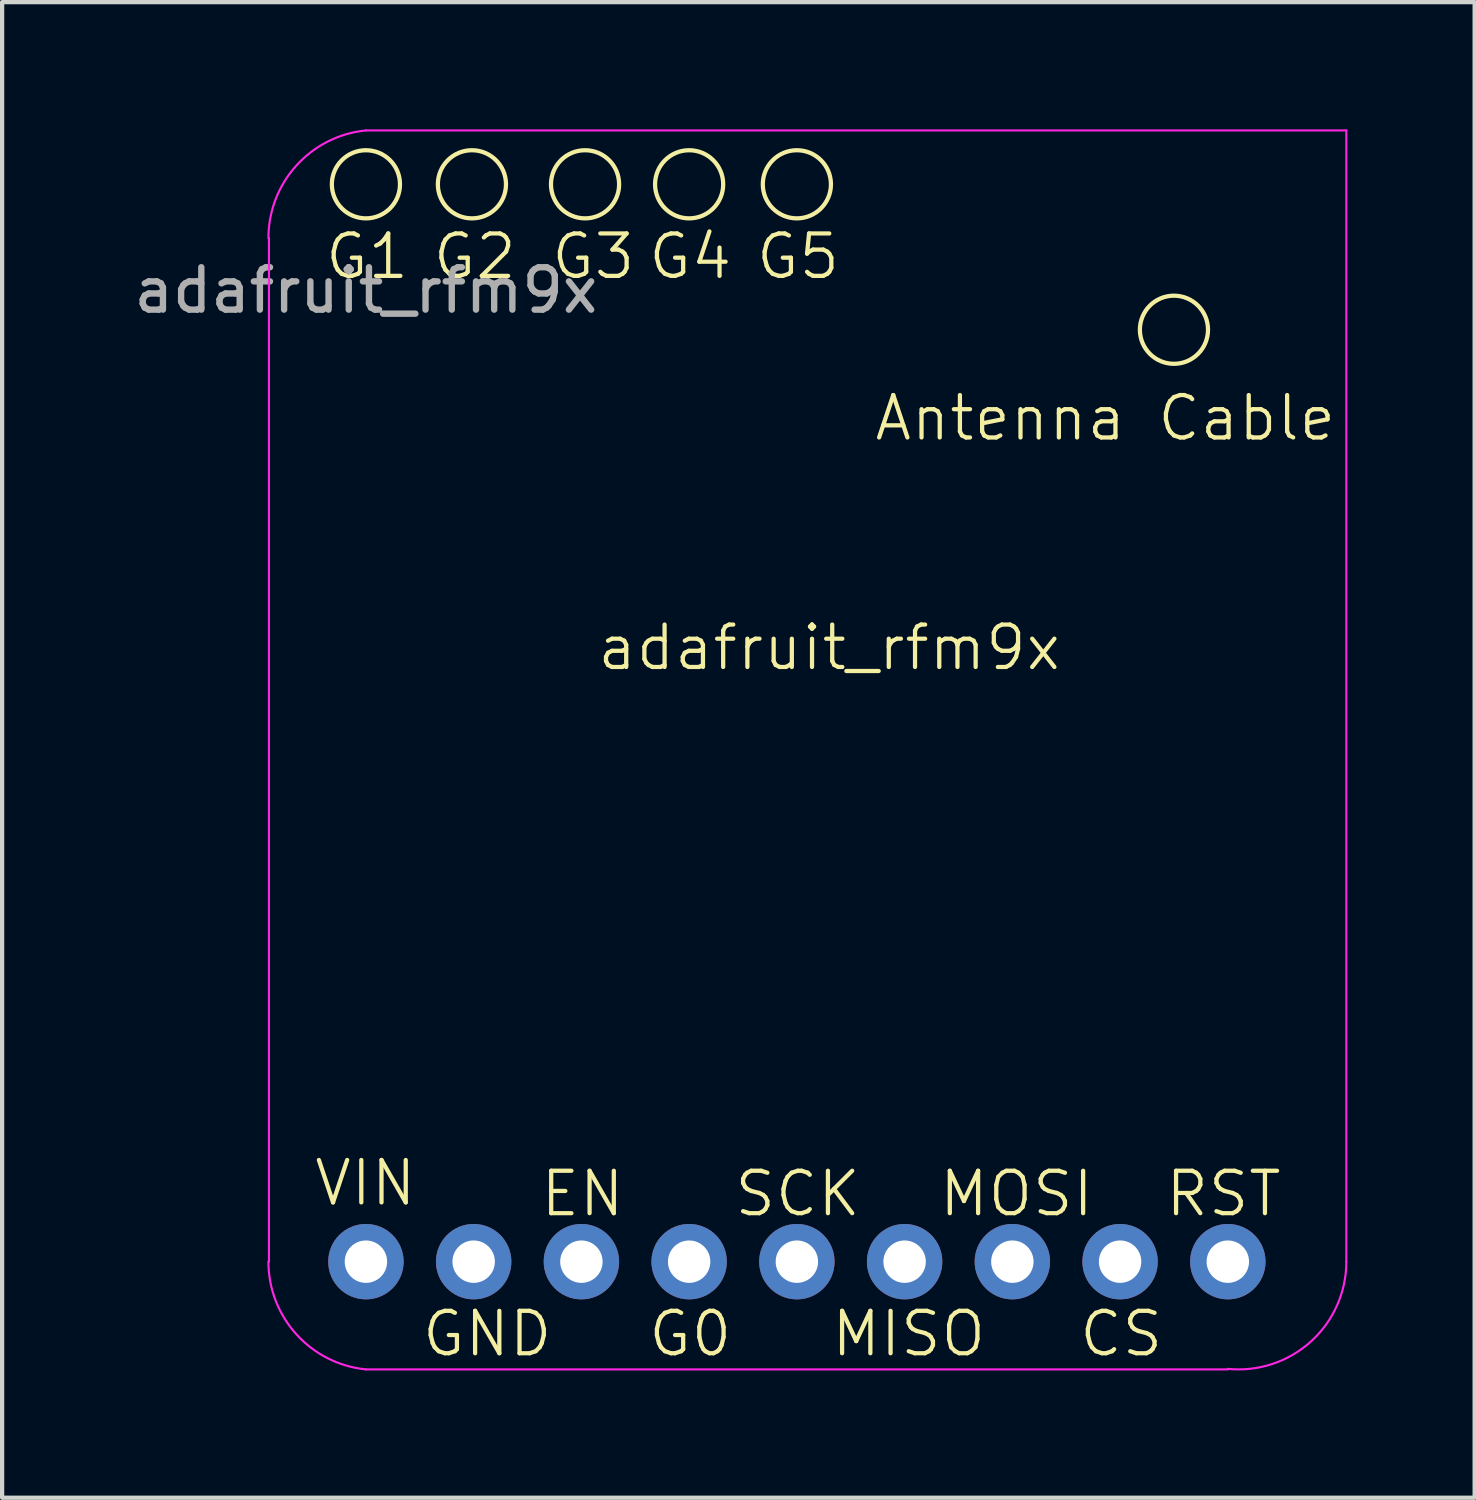
<source format=kicad_pcb>
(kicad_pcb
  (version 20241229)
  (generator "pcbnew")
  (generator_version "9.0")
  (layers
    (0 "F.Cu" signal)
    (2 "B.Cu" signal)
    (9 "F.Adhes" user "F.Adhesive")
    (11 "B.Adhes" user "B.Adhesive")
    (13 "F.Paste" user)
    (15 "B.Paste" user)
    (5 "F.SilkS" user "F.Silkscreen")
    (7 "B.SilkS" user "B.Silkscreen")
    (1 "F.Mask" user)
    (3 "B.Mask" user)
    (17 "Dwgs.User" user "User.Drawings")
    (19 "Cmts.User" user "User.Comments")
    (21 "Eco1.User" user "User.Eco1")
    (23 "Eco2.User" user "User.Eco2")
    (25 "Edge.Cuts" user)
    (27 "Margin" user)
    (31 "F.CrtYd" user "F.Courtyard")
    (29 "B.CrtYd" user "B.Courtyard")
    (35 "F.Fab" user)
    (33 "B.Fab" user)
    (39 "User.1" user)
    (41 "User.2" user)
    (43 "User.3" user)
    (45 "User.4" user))
  (footprint "adafruit_rfm9x"
    (layer "F.Cu")
    (at 5.577 1.295)
    (property "Reference" "adafruit_rfm9x" (at 10.922 10.922 0) (unlocked yes) (layer "F.SilkS") (effects (font (size 1 1) (thickness 0.1))))
    (attr through_hole)
    (fp_circle (center 0 0) (end 0.762 -0.254) (stroke (width 0.1) (type default)) (fill no) (layer "F.SilkS"))
    (fp_circle (center 2.499 0) (end 3.261 -0.254) (stroke (width 0.1) (type default)) (fill no) (layer "F.SilkS"))
    (fp_circle (center 5.166 0) (end 5.928 -0.254) (stroke (width 0.1) (type default)) (fill no) (layer "F.SilkS"))
    (fp_circle (center 7.62 0) (end 8.382 -0.254) (stroke (width 0.1) (type default)) (fill no) (layer "F.SilkS"))
    (fp_circle (center 10.16 0) (end 10.922 -0.254) (stroke (width 0.1) (type default)) (fill no) (layer "F.SilkS"))
    (fp_circle (center 19.05 3.429) (end 19.812 3.175) (stroke (width 0.1) (type default)) (fill no) (layer "F.SilkS"))
    (fp_line (start -2.286 25.4) (end -2.286 1.27) (stroke (width 0.05) (type default)) (layer "F.CrtYd"))
    (fp_line (start 0 27.94) (end 20.32 27.94) (stroke (width 0.05) (type default)) (layer "F.CrtYd"))
    (fp_line (start 23.114 -1.27) (end 0 -1.27) (stroke (width 0.05) (type default)) (layer "F.CrtYd"))
    (fp_line (start 23.114 -1.27) (end 23.114 25.4) (stroke (width 0.05) (type default)) (layer "F.CrtYd"))
    (fp_arc (start -2.298668 1.27) (mid -1.638682 -0.442854) (end 0 -1.27) (stroke (width 0.05) (type default)) (layer "F.CrtYd"))
    (fp_arc (start 0 27.94) (mid -1.638682 27.112854) (end -2.298668 25.4) (stroke (width 0.05) (type default)) (layer "F.CrtYd"))
    (fp_arc (start 23.114 25.4) (mid 22.278354 27.283289) (end 20.321261 27.927394) (stroke (width 0.05) (type default)) (layer "F.CrtYd"))
    (fp_text user "G1" (at -1.016 2.286 0) (unlocked yes) (layer "F.SilkS") (effects (font (size 1 1) (thickness 0.1)) (justify left bottom)))
    (fp_text user "RST" (at 18.796 24.384 0) (unlocked yes) (layer "F.SilkS") (effects (font (size 1 1) (thickness 0.1)) (justify left bottom)))
    (fp_text user "EN" (at 4.064 24.384 0) (unlocked yes) (layer "F.SilkS") (effects (font (size 1 1) (thickness 0.1)) (justify left bottom)))
    (fp_text user "G2" (at 1.524 2.286 0) (unlocked yes) (layer "F.SilkS") (effects (font (size 1 1) (thickness 0.1)) (justify left bottom)))
    (fp_text user "G4" (at 6.604 2.286 0) (unlocked yes) (layer "F.SilkS") (effects (font (size 1 1) (thickness 0.1)) (justify left bottom)))
    (fp_text user "G3" (at 4.318 2.286 0) (unlocked yes) (layer "F.SilkS") (effects (font (size 1 1) (thickness 0.1)) (justify left bottom)))
    (fp_text user "VIN" (at -1.27 24.13 0) (unlocked yes) (layer "F.SilkS") (effects (font (size 1 1) (thickness 0.1)) (justify left bottom)))
    (fp_text user "G5" (at 9.144 2.286 0) (unlocked yes) (layer "F.SilkS") (effects (font (size 1 1) (thickness 0.1)) (justify left bottom)))
    (fp_text user "SCK" (at 8.636 24.384 0) (unlocked yes) (layer "F.SilkS") (effects (font (size 1 1) (thickness 0.1)) (justify left bottom)))
    (fp_text user "MISO" (at 10.922 27.686 0) (unlocked yes) (layer "F.SilkS") (effects (font (size 1 1) (thickness 0.1)) (justify left bottom)))
    (fp_text user "Antenna Cable" (at 11.938 6.096 0) (unlocked yes) (layer "F.SilkS") (effects (font (size 1 1) (thickness 0.1)) (justify left bottom)))
    (fp_text user "MOSI" (at 13.462 24.384 0) (unlocked yes) (layer "F.SilkS") (effects (font (size 1 1) (thickness 0.1)) (justify left bottom)))
    (fp_text user "G0" (at 6.604 27.686 0) (unlocked yes) (layer "F.SilkS") (effects (font (size 1 1) (thickness 0.1)) (justify left bottom)))
    (fp_text user "CS" (at 16.764 27.686 0) (unlocked yes) (layer "F.SilkS") (effects (font (size 1 1) (thickness 0.1)) (justify left bottom)))
    (fp_text user "GND" (at 1.27 27.686 0) (unlocked yes) (layer "F.SilkS") (effects (font (size 1 1) (thickness 0.1)) (justify left bottom)))
    (fp_text user "${REFERENCE}" (at 0 2.5 0) (unlocked yes) (layer "F.Fab") (effects (font (size 1 1) (thickness 0.15))))
    (pad "1" thru_hole circle (at 0 25.4) (size 1.778 1.778) (drill 1) (layers "*.Cu" "*.Mask"))
    (pad "2" thru_hole circle (at 2.54 25.4) (size 1.778 1.778) (drill 1) (layers "*.Cu" "*.Mask"))
    (pad "3" thru_hole circle (at 5.08 25.4) (size 1.778 1.778) (drill 1) (layers "*.Cu" "*.Mask"))
    (pad "4" thru_hole circle (at 7.62 25.4) (size 1.778 1.778) (drill 1) (layers "*.Cu" "*.Mask"))
    (pad "5" thru_hole circle (at 10.16 25.4) (size 1.778 1.778) (drill 1) (layers "*.Cu" "*.Mask"))
    (pad "6" thru_hole circle (at 12.7 25.4) (size 1.778 1.778) (drill 1) (layers "*.Cu" "*.Mask"))
    (pad "7" thru_hole circle (at 15.24 25.4) (size 1.778 1.778) (drill 1) (layers "*.Cu" "*.Mask"))
    (pad "8" thru_hole circle (at 17.78 25.4) (size 1.778 1.778) (drill 1) (layers "*.Cu" "*.Mask"))
    (pad "9" thru_hole circle (at 20.32 25.4) (size 1.778 1.778) (drill 1) (layers "*.Cu" "*.Mask")))
  (gr_rect
    (start -3 -3)
    (end 31.716 32.26)
    (stroke (width 0.1) (type default))
    (fill no)
    (layer "Edge.Cuts")))
</source>
